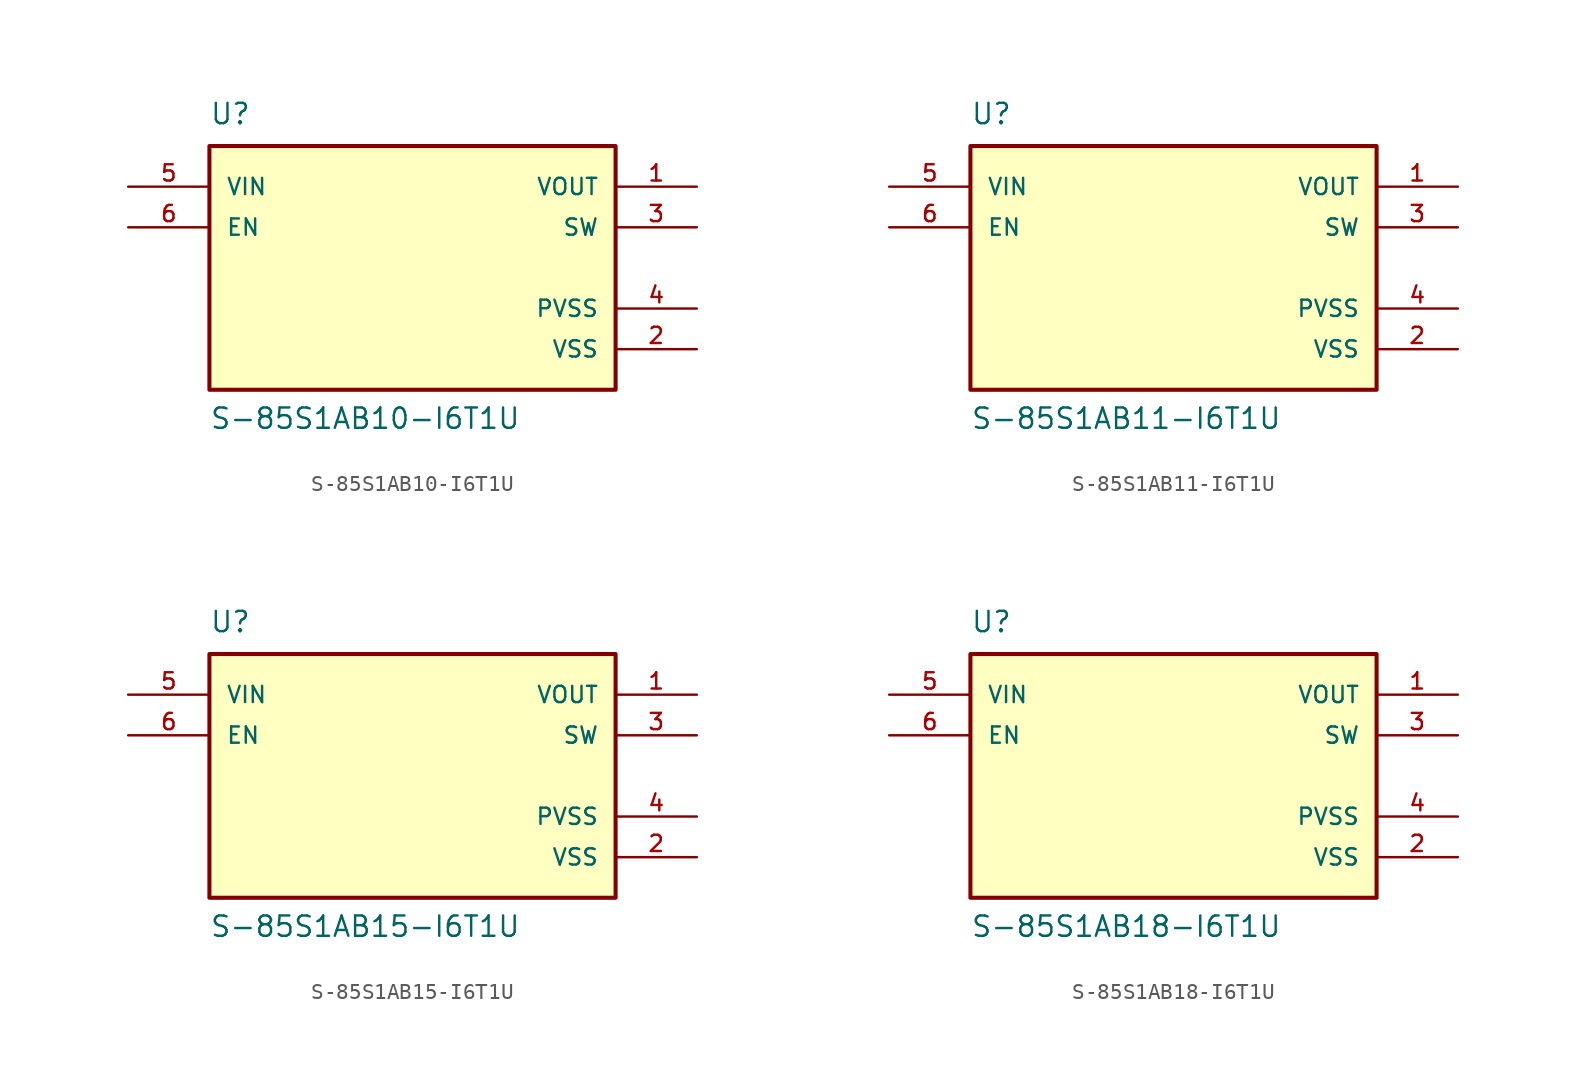
<source format=kicad_sym>
(kicad_symbol_lib
  (version 20211014)
  (generator kicad_symbol_editor)
  (symbol "S-85S1AB10-I6T1U"
    (pin_names
      (offset 1.016))
    (property "Reference" "U"
      (at -12.7 8.89 0)
      (effects (font (size 1.27 1.27)) (justify left bottom)))
    (property "Value" "S-85S1AB10-I6T1U"
      (at -12.7 -10.16 0)
      (effects (font (size 1.27 1.27)) (justify left bottom)))
    (symbol "S-85S1AB10-I6T1U_0_0"
      (rectangle (start -12.7 -7.62) (end 12.7 7.62) (stroke (width 0.254) (type default) (color 0 0 0 0)) (fill (type background)))
      (pin power_out line (at 17.78 5.08 180) (length 5.08) (name "VOUT" (effects (font (size 1.016 1.016)))) (number "1" (effects (font (size 1.016 1.016)))))
      (pin power_in line (at 17.78 -5.08 180) (length 5.08) (name "VSS" (effects (font (size 1.016 1.016)))) (number "2" (effects (font (size 1.016 1.016)))))
      (pin passive line (at 17.78 2.54 180) (length 5.08) (name "SW" (effects (font (size 1.016 1.016)))) (number "3" (effects (font (size 1.016 1.016)))))
      (pin power_in line (at 17.78 -2.54 180) (length 5.08) (name "PVSS" (effects (font (size 1.016 1.016)))) (number "4" (effects (font (size 1.016 1.016)))))
      (pin input line (at -17.78 5.08 0) (length 5.08) (name "VIN" (effects (font (size 1.016 1.016)))) (number "5" (effects (font (size 1.016 1.016)))))
      (pin input line (at -17.78 2.54 0) (length 5.08) (name "EN" (effects (font (size 1.016 1.016)))) (number "6" (effects (font (size 1.016 1.016)))))))
  (symbol "S-85S1AB11-I6T1U"
    (pin_names
      (offset 1.016))
    (property "Reference" "U"
      (at -12.7 8.89 0)
      (effects (font (size 1.27 1.27)) (justify left bottom)))
    (property "Value" "S-85S1AB11-I6T1U"
      (at -12.7 -10.16 0)
      (effects (font (size 1.27 1.27)) (justify left bottom)))
    (symbol "S-85S1AB11-I6T1U_0_0"
      (rectangle (start -12.7 -7.62) (end 12.7 7.62) (stroke (width 0.254) (type default) (color 0 0 0 0)) (fill (type background)))
      (pin power_out line (at 17.78 5.08 180) (length 5.08) (name "VOUT" (effects (font (size 1.016 1.016)))) (number "1" (effects (font (size 1.016 1.016)))))
      (pin power_in line (at 17.78 -5.08 180) (length 5.08) (name "VSS" (effects (font (size 1.016 1.016)))) (number "2" (effects (font (size 1.016 1.016)))))
      (pin passive line (at 17.78 2.54 180) (length 5.08) (name "SW" (effects (font (size 1.016 1.016)))) (number "3" (effects (font (size 1.016 1.016)))))
      (pin power_in line (at 17.78 -2.54 180) (length 5.08) (name "PVSS" (effects (font (size 1.016 1.016)))) (number "4" (effects (font (size 1.016 1.016)))))
      (pin input line (at -17.78 5.08 0) (length 5.08) (name "VIN" (effects (font (size 1.016 1.016)))) (number "5" (effects (font (size 1.016 1.016)))))
      (pin input line (at -17.78 2.54 0) (length 5.08) (name "EN" (effects (font (size 1.016 1.016)))) (number "6" (effects (font (size 1.016 1.016)))))))
  (symbol "S-85S1AB15-I6T1U"
    (pin_names
      (offset 1.016))
    (property "Reference" "U"
      (at -12.7 8.89 0)
      (effects (font (size 1.27 1.27)) (justify left bottom)))
    (property "Value" "S-85S1AB15-I6T1U"
      (at -12.7 -10.16 0)
      (effects (font (size 1.27 1.27)) (justify left bottom)))
    (symbol "S-85S1AB15-I6T1U_0_0"
      (rectangle (start -12.7 -7.62) (end 12.7 7.62) (stroke (width 0.254) (type default) (color 0 0 0 0)) (fill (type background)))
      (pin passive line (at 17.78 5.08 180) (length 5.08) (name "VOUT" (effects (font (size 1.016 1.016)))) (number "1" (effects (font (size 1.016 1.016)))))
      (pin power_in line (at 17.78 -5.08 180) (length 5.08) (name "VSS" (effects (font (size 1.016 1.016)))) (number "2" (effects (font (size 1.016 1.016)))))
      (pin passive line (at 17.78 2.54 180) (length 5.08) (name "SW" (effects (font (size 1.016 1.016)))) (number "3" (effects (font (size 1.016 1.016)))))
      (pin power_in line (at 17.78 -2.54 180) (length 5.08) (name "PVSS" (effects (font (size 1.016 1.016)))) (number "4" (effects (font (size 1.016 1.016)))))
      (pin input line (at -17.78 5.08 0) (length 5.08) (name "VIN" (effects (font (size 1.016 1.016)))) (number "5" (effects (font (size 1.016 1.016)))))
      (pin input line (at -17.78 2.54 0) (length 5.08) (name "EN" (effects (font (size 1.016 1.016)))) (number "6" (effects (font (size 1.016 1.016)))))))
  (symbol "S-85S1AB18-I6T1U"
    (pin_names
      (offset 1.016))
    (property "Reference" "U"
      (at -12.7 8.89 0)
      (effects (font (size 1.27 1.27)) (justify left bottom)))
    (property "Value" "S-85S1AB18-I6T1U"
      (at -12.7 -10.16 0)
      (effects (font (size 1.27 1.27)) (justify left bottom)))
    (symbol "S-85S1AB18-I6T1U_0_0"
      (rectangle (start -12.7 -7.62) (end 12.7 7.62) (stroke (width 0.254) (type default) (color 0 0 0 0)) (fill (type background)))
      (pin power_out line (at 17.78 5.08 180) (length 5.08) (name "VOUT" (effects (font (size 1.016 1.016)))) (number "1" (effects (font (size 1.016 1.016)))))
      (pin power_in line (at 17.78 -5.08 180) (length 5.08) (name "VSS" (effects (font (size 1.016 1.016)))) (number "2" (effects (font (size 1.016 1.016)))))
      (pin passive line (at 17.78 2.54 180) (length 5.08) (name "SW" (effects (font (size 1.016 1.016)))) (number "3" (effects (font (size 1.016 1.016)))))
      (pin power_in line (at 17.78 -2.54 180) (length 5.08) (name "PVSS" (effects (font (size 1.016 1.016)))) (number "4" (effects (font (size 1.016 1.016)))))
      (pin input line (at -17.78 5.08 0) (length 5.08) (name "VIN" (effects (font (size 1.016 1.016)))) (number "5" (effects (font (size 1.016 1.016)))))
      (pin input line (at -17.78 2.54 0) (length 5.08) (name "EN" (effects (font (size 1.016 1.016)))) (number "6" (effects (font (size 1.016 1.016))))))))
</source>
